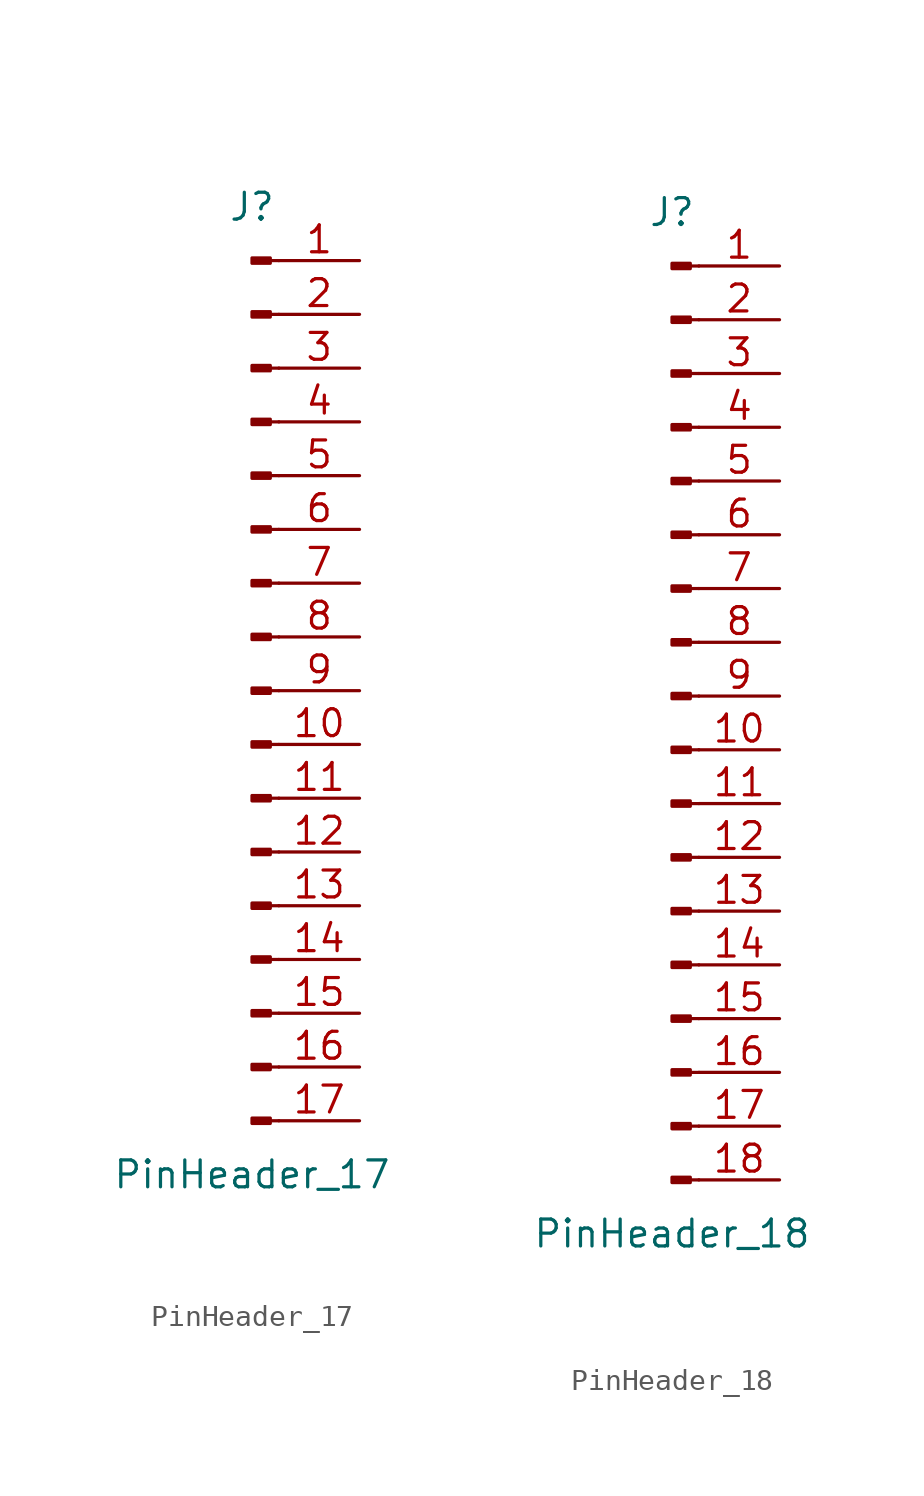
<source format=kicad_sym>
(kicad_symbol_lib
  (version 20220914)
  (generator kicad_symbol_editor)
  (symbol "PinHeader_17"
    (pin_names
      (offset 1.016) hide)
    (property "Reference" "J"
      (at 0 22.86 0)
      (effects (font (size 1.27 1.27))))
    (property "Value" "PinHeader_17"
      (at 0 -22.86 0)
      (effects (font (size 1.27 1.27))))
    (symbol "PinHeader_17_1_1"
      (polyline (pts (xy 1.27 -20.32) (xy 0.864 -20.32)) (stroke (width 0.152) (type default)) (fill (type none)))
      (polyline (pts (xy 1.27 -17.78) (xy 0.864 -17.78)) (stroke (width 0.152) (type default)) (fill (type none)))
      (polyline (pts (xy 1.27 -15.24) (xy 0.864 -15.24)) (stroke (width 0.152) (type default)) (fill (type none)))
      (polyline (pts (xy 1.27 -12.7) (xy 0.864 -12.7)) (stroke (width 0.152) (type default)) (fill (type none)))
      (polyline (pts (xy 1.27 -10.16) (xy 0.864 -10.16)) (stroke (width 0.152) (type default)) (fill (type none)))
      (polyline (pts (xy 1.27 -7.62) (xy 0.864 -7.62)) (stroke (width 0.152) (type default)) (fill (type none)))
      (polyline (pts (xy 1.27 -5.08) (xy 0.864 -5.08)) (stroke (width 0.152) (type default)) (fill (type none)))
      (polyline (pts (xy 1.27 -2.54) (xy 0.864 -2.54)) (stroke (width 0.152) (type default)) (fill (type none)))
      (polyline (pts (xy 1.27 0) (xy 0.864 0)) (stroke (width 0.152) (type default)) (fill (type none)))
      (polyline (pts (xy 1.27 2.54) (xy 0.864 2.54)) (stroke (width 0.152) (type default)) (fill (type none)))
      (polyline (pts (xy 1.27 5.08) (xy 0.864 5.08)) (stroke (width 0.152) (type default)) (fill (type none)))
      (polyline (pts (xy 1.27 7.62) (xy 0.864 7.62)) (stroke (width 0.152) (type default)) (fill (type none)))
      (polyline (pts (xy 1.27 10.16) (xy 0.864 10.16)) (stroke (width 0.152) (type default)) (fill (type none)))
      (polyline (pts (xy 1.27 12.7) (xy 0.864 12.7)) (stroke (width 0.152) (type default)) (fill (type none)))
      (polyline (pts (xy 1.27 15.24) (xy 0.864 15.24)) (stroke (width 0.152) (type default)) (fill (type none)))
      (polyline (pts (xy 1.27 17.78) (xy 0.864 17.78)) (stroke (width 0.152) (type default)) (fill (type none)))
      (polyline (pts (xy 1.27 20.32) (xy 0.864 20.32)) (stroke (width 0.152) (type default)) (fill (type none)))
      (rectangle (start 0.864 -20.193) (end 0 -20.447) (stroke (width 0.152) (type default)) (fill (type outline)))
      (rectangle (start 0.864 -17.653) (end 0 -17.907) (stroke (width 0.152) (type default)) (fill (type outline)))
      (rectangle (start 0.864 -15.113) (end 0 -15.367) (stroke (width 0.152) (type default)) (fill (type outline)))
      (rectangle (start 0.864 -12.573) (end 0 -12.827) (stroke (width 0.152) (type default)) (fill (type outline)))
      (rectangle (start 0.864 -10.033) (end 0 -10.287) (stroke (width 0.152) (type default)) (fill (type outline)))
      (rectangle (start 0.864 -7.493) (end 0 -7.747) (stroke (width 0.152) (type default)) (fill (type outline)))
      (rectangle (start 0.864 -4.953) (end 0 -5.207) (stroke (width 0.152) (type default)) (fill (type outline)))
      (rectangle (start 0.864 -2.413) (end 0 -2.667) (stroke (width 0.152) (type default)) (fill (type outline)))
      (rectangle (start 0.864 0.127) (end 0 -0.127) (stroke (width 0.152) (type default)) (fill (type outline)))
      (rectangle (start 0.864 2.667) (end 0 2.413) (stroke (width 0.152) (type default)) (fill (type outline)))
      (rectangle (start 0.864 5.207) (end 0 4.953) (stroke (width 0.152) (type default)) (fill (type outline)))
      (rectangle (start 0.864 7.747) (end 0 7.493) (stroke (width 0.152) (type default)) (fill (type outline)))
      (rectangle (start 0.864 10.287) (end 0 10.033) (stroke (width 0.152) (type default)) (fill (type outline)))
      (rectangle (start 0.864 12.827) (end 0 12.573) (stroke (width 0.152) (type default)) (fill (type outline)))
      (rectangle (start 0.864 15.367) (end 0 15.113) (stroke (width 0.152) (type default)) (fill (type outline)))
      (rectangle (start 0.864 17.907) (end 0 17.653) (stroke (width 0.152) (type default)) (fill (type outline)))
      (rectangle (start 0.864 20.447) (end 0 20.193) (stroke (width 0.152) (type default)) (fill (type outline)))
      (pin passive line (at 5.08 20.32 180) (length 3.81) (name "Pin_1" (effects (font (size 1.27 1.27)))) (number "1" (effects (font (size 1.27 1.27)))))
      (pin passive line (at 5.08 -2.54 180) (length 3.81) (name "Pin_10" (effects (font (size 1.27 1.27)))) (number "10" (effects (font (size 1.27 1.27)))))
      (pin passive line (at 5.08 -5.08 180) (length 3.81) (name "Pin_11" (effects (font (size 1.27 1.27)))) (number "11" (effects (font (size 1.27 1.27)))))
      (pin passive line (at 5.08 -7.62 180) (length 3.81) (name "Pin_12" (effects (font (size 1.27 1.27)))) (number "12" (effects (font (size 1.27 1.27)))))
      (pin passive line (at 5.08 -10.16 180) (length 3.81) (name "Pin_13" (effects (font (size 1.27 1.27)))) (number "13" (effects (font (size 1.27 1.27)))))
      (pin passive line (at 5.08 -12.7 180) (length 3.81) (name "Pin_14" (effects (font (size 1.27 1.27)))) (number "14" (effects (font (size 1.27 1.27)))))
      (pin passive line (at 5.08 -15.24 180) (length 3.81) (name "Pin_15" (effects (font (size 1.27 1.27)))) (number "15" (effects (font (size 1.27 1.27)))))
      (pin passive line (at 5.08 -17.78 180) (length 3.81) (name "Pin_16" (effects (font (size 1.27 1.27)))) (number "16" (effects (font (size 1.27 1.27)))))
      (pin passive line (at 5.08 -20.32 180) (length 3.81) (name "Pin_17" (effects (font (size 1.27 1.27)))) (number "17" (effects (font (size 1.27 1.27)))))
      (pin passive line (at 5.08 17.78 180) (length 3.81) (name "Pin_2" (effects (font (size 1.27 1.27)))) (number "2" (effects (font (size 1.27 1.27)))))
      (pin passive line (at 5.08 15.24 180) (length 3.81) (name "Pin_3" (effects (font (size 1.27 1.27)))) (number "3" (effects (font (size 1.27 1.27)))))
      (pin passive line (at 5.08 12.7 180) (length 3.81) (name "Pin_4" (effects (font (size 1.27 1.27)))) (number "4" (effects (font (size 1.27 1.27)))))
      (pin passive line (at 5.08 10.16 180) (length 3.81) (name "Pin_5" (effects (font (size 1.27 1.27)))) (number "5" (effects (font (size 1.27 1.27)))))
      (pin passive line (at 5.08 7.62 180) (length 3.81) (name "Pin_6" (effects (font (size 1.27 1.27)))) (number "6" (effects (font (size 1.27 1.27)))))
      (pin passive line (at 5.08 5.08 180) (length 3.81) (name "Pin_7" (effects (font (size 1.27 1.27)))) (number "7" (effects (font (size 1.27 1.27)))))
      (pin passive line (at 5.08 2.54 180) (length 3.81) (name "Pin_8" (effects (font (size 1.27 1.27)))) (number "8" (effects (font (size 1.27 1.27)))))
      (pin passive line (at 5.08 0 180) (length 3.81) (name "Pin_9" (effects (font (size 1.27 1.27)))) (number "9" (effects (font (size 1.27 1.27)))))))
  (symbol "PinHeader_18"
    (pin_names
      (offset 1.016) hide)
    (property "Reference" "J"
      (at 0 22.86 0)
      (effects (font (size 1.27 1.27))))
    (property "Value" "PinHeader_18"
      (at 0 -25.4 0)
      (effects (font (size 1.27 1.27))))
    (symbol "PinHeader_18_1_1"
      (polyline (pts (xy 1.27 -22.86) (xy 0.864 -22.86)) (stroke (width 0.152) (type default)) (fill (type none)))
      (polyline (pts (xy 1.27 -20.32) (xy 0.864 -20.32)) (stroke (width 0.152) (type default)) (fill (type none)))
      (polyline (pts (xy 1.27 -17.78) (xy 0.864 -17.78)) (stroke (width 0.152) (type default)) (fill (type none)))
      (polyline (pts (xy 1.27 -15.24) (xy 0.864 -15.24)) (stroke (width 0.152) (type default)) (fill (type none)))
      (polyline (pts (xy 1.27 -12.7) (xy 0.864 -12.7)) (stroke (width 0.152) (type default)) (fill (type none)))
      (polyline (pts (xy 1.27 -10.16) (xy 0.864 -10.16)) (stroke (width 0.152) (type default)) (fill (type none)))
      (polyline (pts (xy 1.27 -7.62) (xy 0.864 -7.62)) (stroke (width 0.152) (type default)) (fill (type none)))
      (polyline (pts (xy 1.27 -5.08) (xy 0.864 -5.08)) (stroke (width 0.152) (type default)) (fill (type none)))
      (polyline (pts (xy 1.27 -2.54) (xy 0.864 -2.54)) (stroke (width 0.152) (type default)) (fill (type none)))
      (polyline (pts (xy 1.27 0) (xy 0.864 0)) (stroke (width 0.152) (type default)) (fill (type none)))
      (polyline (pts (xy 1.27 2.54) (xy 0.864 2.54)) (stroke (width 0.152) (type default)) (fill (type none)))
      (polyline (pts (xy 1.27 5.08) (xy 0.864 5.08)) (stroke (width 0.152) (type default)) (fill (type none)))
      (polyline (pts (xy 1.27 7.62) (xy 0.864 7.62)) (stroke (width 0.152) (type default)) (fill (type none)))
      (polyline (pts (xy 1.27 10.16) (xy 0.864 10.16)) (stroke (width 0.152) (type default)) (fill (type none)))
      (polyline (pts (xy 1.27 12.7) (xy 0.864 12.7)) (stroke (width 0.152) (type default)) (fill (type none)))
      (polyline (pts (xy 1.27 15.24) (xy 0.864 15.24)) (stroke (width 0.152) (type default)) (fill (type none)))
      (polyline (pts (xy 1.27 17.78) (xy 0.864 17.78)) (stroke (width 0.152) (type default)) (fill (type none)))
      (polyline (pts (xy 1.27 20.32) (xy 0.864 20.32)) (stroke (width 0.152) (type default)) (fill (type none)))
      (rectangle (start 0.864 -22.733) (end 0 -22.987) (stroke (width 0.152) (type default)) (fill (type outline)))
      (rectangle (start 0.864 -20.193) (end 0 -20.447) (stroke (width 0.152) (type default)) (fill (type outline)))
      (rectangle (start 0.864 -17.653) (end 0 -17.907) (stroke (width 0.152) (type default)) (fill (type outline)))
      (rectangle (start 0.864 -15.113) (end 0 -15.367) (stroke (width 0.152) (type default)) (fill (type outline)))
      (rectangle (start 0.864 -12.573) (end 0 -12.827) (stroke (width 0.152) (type default)) (fill (type outline)))
      (rectangle (start 0.864 -10.033) (end 0 -10.287) (stroke (width 0.152) (type default)) (fill (type outline)))
      (rectangle (start 0.864 -7.493) (end 0 -7.747) (stroke (width 0.152) (type default)) (fill (type outline)))
      (rectangle (start 0.864 -4.953) (end 0 -5.207) (stroke (width 0.152) (type default)) (fill (type outline)))
      (rectangle (start 0.864 -2.413) (end 0 -2.667) (stroke (width 0.152) (type default)) (fill (type outline)))
      (rectangle (start 0.864 0.127) (end 0 -0.127) (stroke (width 0.152) (type default)) (fill (type outline)))
      (rectangle (start 0.864 2.667) (end 0 2.413) (stroke (width 0.152) (type default)) (fill (type outline)))
      (rectangle (start 0.864 5.207) (end 0 4.953) (stroke (width 0.152) (type default)) (fill (type outline)))
      (rectangle (start 0.864 7.747) (end 0 7.493) (stroke (width 0.152) (type default)) (fill (type outline)))
      (rectangle (start 0.864 10.287) (end 0 10.033) (stroke (width 0.152) (type default)) (fill (type outline)))
      (rectangle (start 0.864 12.827) (end 0 12.573) (stroke (width 0.152) (type default)) (fill (type outline)))
      (rectangle (start 0.864 15.367) (end 0 15.113) (stroke (width 0.152) (type default)) (fill (type outline)))
      (rectangle (start 0.864 17.907) (end 0 17.653) (stroke (width 0.152) (type default)) (fill (type outline)))
      (rectangle (start 0.864 20.447) (end 0 20.193) (stroke (width 0.152) (type default)) (fill (type outline)))
      (pin passive line (at 5.08 20.32 180) (length 3.81) (name "Pin_1" (effects (font (size 1.27 1.27)))) (number "1" (effects (font (size 1.27 1.27)))))
      (pin passive line (at 5.08 -2.54 180) (length 3.81) (name "Pin_10" (effects (font (size 1.27 1.27)))) (number "10" (effects (font (size 1.27 1.27)))))
      (pin passive line (at 5.08 -5.08 180) (length 3.81) (name "Pin_11" (effects (font (size 1.27 1.27)))) (number "11" (effects (font (size 1.27 1.27)))))
      (pin passive line (at 5.08 -7.62 180) (length 3.81) (name "Pin_12" (effects (font (size 1.27 1.27)))) (number "12" (effects (font (size 1.27 1.27)))))
      (pin passive line (at 5.08 -10.16 180) (length 3.81) (name "Pin_13" (effects (font (size 1.27 1.27)))) (number "13" (effects (font (size 1.27 1.27)))))
      (pin passive line (at 5.08 -12.7 180) (length 3.81) (name "Pin_14" (effects (font (size 1.27 1.27)))) (number "14" (effects (font (size 1.27 1.27)))))
      (pin passive line (at 5.08 -15.24 180) (length 3.81) (name "Pin_15" (effects (font (size 1.27 1.27)))) (number "15" (effects (font (size 1.27 1.27)))))
      (pin passive line (at 5.08 -17.78 180) (length 3.81) (name "Pin_16" (effects (font (size 1.27 1.27)))) (number "16" (effects (font (size 1.27 1.27)))))
      (pin passive line (at 5.08 -20.32 180) (length 3.81) (name "Pin_17" (effects (font (size 1.27 1.27)))) (number "17" (effects (font (size 1.27 1.27)))))
      (pin passive line (at 5.08 -22.86 180) (length 3.81) (name "Pin_18" (effects (font (size 1.27 1.27)))) (number "18" (effects (font (size 1.27 1.27)))))
      (pin passive line (at 5.08 17.78 180) (length 3.81) (name "Pin_2" (effects (font (size 1.27 1.27)))) (number "2" (effects (font (size 1.27 1.27)))))
      (pin passive line (at 5.08 15.24 180) (length 3.81) (name "Pin_3" (effects (font (size 1.27 1.27)))) (number "3" (effects (font (size 1.27 1.27)))))
      (pin passive line (at 5.08 12.7 180) (length 3.81) (name "Pin_4" (effects (font (size 1.27 1.27)))) (number "4" (effects (font (size 1.27 1.27)))))
      (pin passive line (at 5.08 10.16 180) (length 3.81) (name "Pin_5" (effects (font (size 1.27 1.27)))) (number "5" (effects (font (size 1.27 1.27)))))
      (pin passive line (at 5.08 7.62 180) (length 3.81) (name "Pin_6" (effects (font (size 1.27 1.27)))) (number "6" (effects (font (size 1.27 1.27)))))
      (pin passive line (at 5.08 5.08 180) (length 3.81) (name "Pin_7" (effects (font (size 1.27 1.27)))) (number "7" (effects (font (size 1.27 1.27)))))
      (pin passive line (at 5.08 2.54 180) (length 3.81) (name "Pin_8" (effects (font (size 1.27 1.27)))) (number "8" (effects (font (size 1.27 1.27)))))
      (pin passive line (at 5.08 0 180) (length 3.81) (name "Pin_9" (effects (font (size 1.27 1.27)))) (number "9" (effects (font (size 1.27 1.27))))))))
</source>
